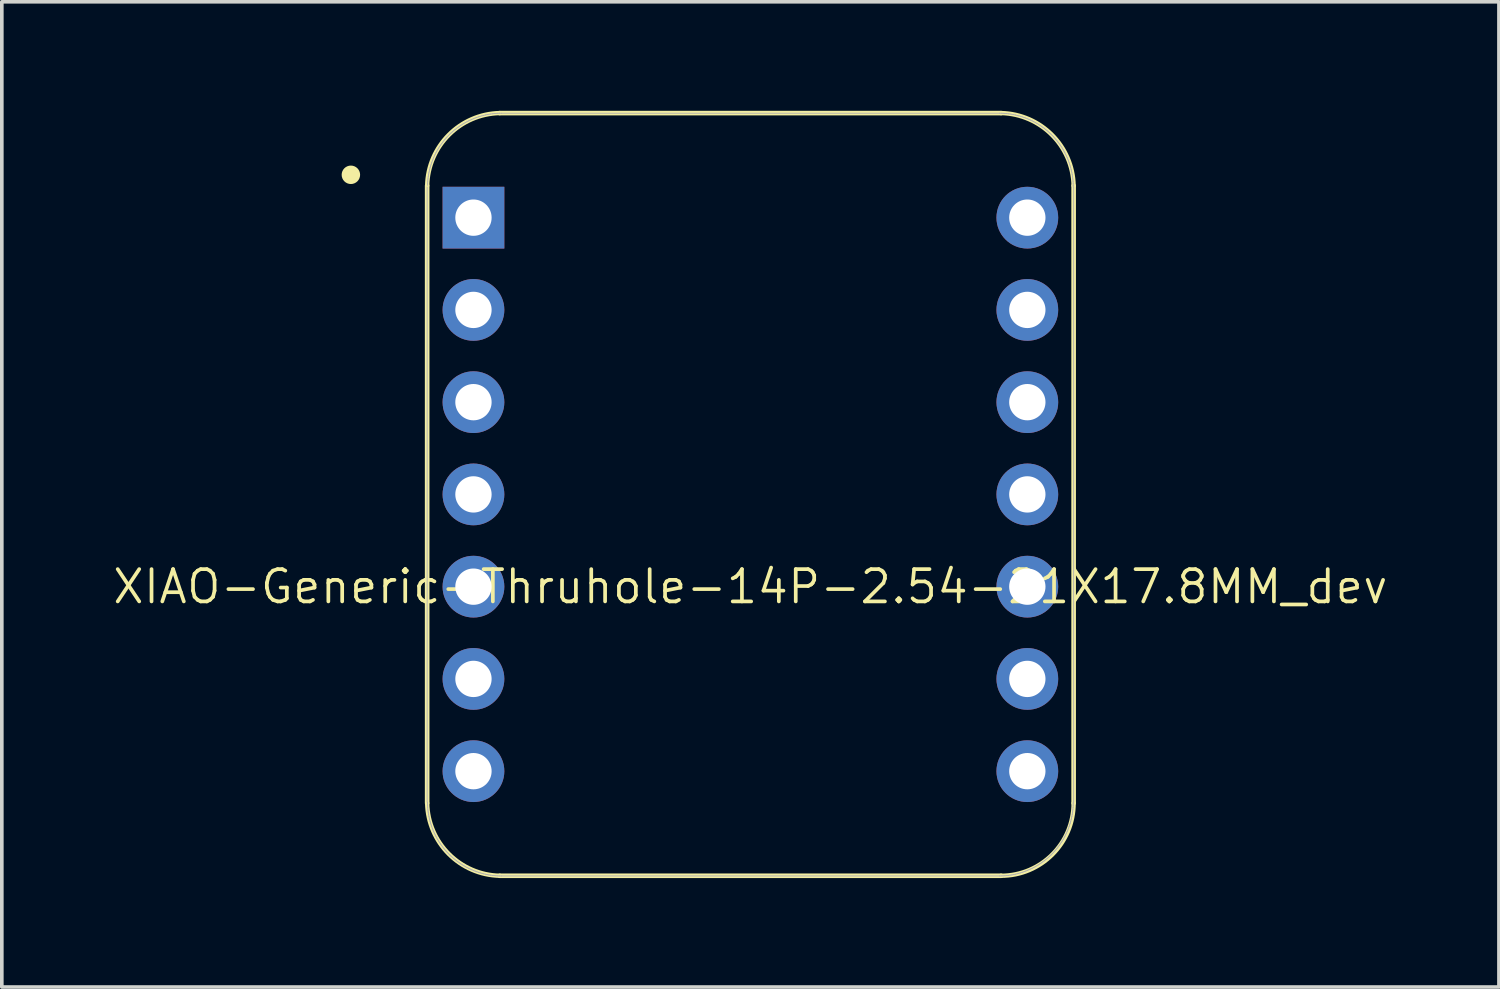
<source format=kicad_pcb>
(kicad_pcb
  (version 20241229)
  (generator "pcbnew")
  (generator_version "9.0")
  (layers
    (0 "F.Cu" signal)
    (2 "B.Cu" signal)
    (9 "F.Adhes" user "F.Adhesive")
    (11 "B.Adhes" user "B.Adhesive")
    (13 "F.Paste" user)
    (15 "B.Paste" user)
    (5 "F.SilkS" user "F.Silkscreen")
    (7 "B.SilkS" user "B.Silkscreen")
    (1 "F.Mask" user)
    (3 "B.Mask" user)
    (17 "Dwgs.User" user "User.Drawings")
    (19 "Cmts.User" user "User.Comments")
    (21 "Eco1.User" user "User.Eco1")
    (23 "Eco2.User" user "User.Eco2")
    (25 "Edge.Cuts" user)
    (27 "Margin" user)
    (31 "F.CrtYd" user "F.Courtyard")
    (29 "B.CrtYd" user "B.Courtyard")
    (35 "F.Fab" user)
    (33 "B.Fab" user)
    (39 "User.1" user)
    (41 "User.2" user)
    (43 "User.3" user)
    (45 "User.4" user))
  (footprint "XIAO-Generic-Thruhole-14P-2.54-21X17.8MM_dev"
    (layer "F.Cu")
    (at 17.611 10.563)
    (property "Reference" "XIAO-Generic-Thruhole-14P-2.54-21X17.8MM_dev" (at 0 2.54 0) (layer "F.SilkS") (effects (font (size 0.889 0.889) (thickness 0.102))))
    (attr smd)
    (fp_line (start -8.9 -8.5) (end -8.9 8.5) (stroke (width 0.127) (type solid)) (layer "F.SilkS"))
    (fp_line (start -6.9 10.5) (end 6.9 10.5) (stroke (width 0.127) (type solid)) (layer "F.SilkS"))
    (fp_line (start 6.9 -10.499) (end -6.9 -10.499) (stroke (width 0.127) (type solid)) (layer "F.SilkS"))
    (fp_line (start 8.9 8.5) (end 8.9 -8.5) (stroke (width 0.127) (type solid)) (layer "F.SilkS"))
    (fp_arc (start -8.9 -8.5) (mid -8.301491 -9.901491) (end -6.9 -10.5) (stroke (width 0.12) (type solid)) (layer "F.SilkS"))
    (fp_arc (start -6.9 10.5) (mid -8.301423 9.901423) (end -8.9 8.5) (stroke (width 0.12) (type solid)) (layer "F.SilkS"))
    (fp_arc (start 6.9 -10.5) (mid 8.301491 -9.901491) (end 8.9 -8.5) (stroke (width 0.12) (type solid)) (layer "F.SilkS"))
    (fp_arc (start 8.9 8.5) (mid 8.314214 9.914214) (end 6.9 10.5) (stroke (width 0.12) (type solid)) (layer "F.SilkS"))
    (fp_circle (center -11 -8.8) (end -11 -9.054) (stroke (width 0) (type solid)) (fill yes) (layer "F.SilkS"))
    (fp_poly (pts (xy -8.888 -8.562) (xy -8.885 -8.61) (xy -8.881 -8.659)) (stroke (width 0.025) (type solid)) (fill no) (layer "F.SilkS"))
    (fp_poly (pts (xy 8.889 8.522) (xy 8.888 8.571) (xy 8.885 8.62) (xy 8.881 8.669) (xy 8.875 8.717) (xy 8.869 8.766) (xy 8.861 8.815) (xy 8.852 8.863) (xy 8.842 8.911)) (stroke (width 0.025) (type solid)) (fill no) (layer "F.SilkS"))
    (fp_line (start -8.9 -8.463) (end -8.9 8.473) (stroke (width 0.025) (type solid)) (layer "F.Fab"))
    (fp_line (start -8.89 8.473) (end -8.889 8.522) (stroke (width 0.025) (type solid)) (layer "F.Fab"))
    (fp_line (start -8.889 8.522) (end -8.888 8.571) (stroke (width 0.025) (type solid)) (layer "F.Fab"))
    (fp_line (start -8.888 -8.562) (end -8.889 -8.512) (stroke (width 0.025) (type solid)) (layer "F.Fab"))
    (fp_line (start -8.888 8.571) (end -8.885 8.62) (stroke (width 0.025) (type solid)) (layer "F.Fab"))
    (fp_line (start -8.885 -8.61) (end -8.888 -8.562) (stroke (width 0.025) (type solid)) (layer "F.Fab"))
    (fp_line (start -8.885 8.62) (end -8.881 8.669) (stroke (width 0.025) (type solid)) (layer "F.Fab"))
    (fp_line (start -8.881 -8.659) (end -8.885 -8.61) (stroke (width 0.025) (type solid)) (layer "F.Fab"))
    (fp_line (start -8.881 8.669) (end -8.875 8.717) (stroke (width 0.025) (type solid)) (layer "F.Fab"))
    (fp_line (start -8.875 -8.708) (end -8.881 -8.659) (stroke (width 0.025) (type solid)) (layer "F.Fab"))
    (fp_line (start -8.875 8.717) (end -8.869 8.766) (stroke (width 0.025) (type solid)) (layer "F.Fab"))
    (fp_line (start -8.869 -8.757) (end -8.875 -8.708) (stroke (width 0.025) (type solid)) (layer "F.Fab"))
    (fp_line (start -8.869 8.766) (end -8.861 8.815) (stroke (width 0.025) (type solid)) (layer "F.Fab"))
    (fp_line (start -8.861 -8.806) (end -8.869 -8.757) (stroke (width 0.025) (type solid)) (layer "F.Fab"))
    (fp_line (start -8.861 8.815) (end -8.852 8.863) (stroke (width 0.025) (type solid)) (layer "F.Fab"))
    (fp_line (start -8.852 -8.854) (end -8.861 -8.806) (stroke (width 0.025) (type solid)) (layer "F.Fab"))
    (fp_line (start -8.852 8.863) (end -8.842 8.911) (stroke (width 0.025) (type solid)) (layer "F.Fab"))
    (fp_line (start -8.842 -8.902) (end -8.852 -8.854) (stroke (width 0.025) (type solid)) (layer "F.Fab"))
    (fp_line (start -8.842 8.911) (end -8.831 8.959) (stroke (width 0.025) (type solid)) (layer "F.Fab"))
    (fp_line (start -8.831 -8.95) (end -8.842 -8.902) (stroke (width 0.025) (type solid)) (layer "F.Fab"))
    (fp_line (start -8.831 8.959) (end -8.819 9.006) (stroke (width 0.025) (type solid)) (layer "F.Fab"))
    (fp_line (start -8.819 -8.997) (end -8.831 -8.95) (stroke (width 0.025) (type solid)) (layer "F.Fab"))
    (fp_line (start -8.819 9.006) (end -8.805 9.054) (stroke (width 0.025) (type solid)) (layer "F.Fab"))
    (fp_line (start -8.805 -9.045) (end -8.819 -8.997) (stroke (width 0.025) (type solid)) (layer "F.Fab"))
    (fp_line (start -8.805 9.054) (end -8.79 9.1) (stroke (width 0.025) (type solid)) (layer "F.Fab"))
    (fp_line (start -8.79 -9.091) (end -8.805 -9.045) (stroke (width 0.025) (type solid)) (layer "F.Fab"))
    (fp_line (start -8.79 9.1) (end -8.775 9.147) (stroke (width 0.025) (type solid)) (layer "F.Fab"))
    (fp_line (start -8.775 -9.138) (end -8.79 -9.091) (stroke (width 0.025) (type solid)) (layer "F.Fab"))
    (fp_line (start -8.775 9.147) (end -8.758 9.193) (stroke (width 0.025) (type solid)) (layer "F.Fab"))
    (fp_line (start -8.758 -9.184) (end -8.775 -9.138) (stroke (width 0.025) (type solid)) (layer "F.Fab"))
    (fp_line (start -8.758 9.193) (end -8.74 9.239) (stroke (width 0.025) (type solid)) (layer "F.Fab"))
    (fp_line (start -8.74 -9.23) (end -8.758 -9.184) (stroke (width 0.025) (type solid)) (layer "F.Fab"))
    (fp_line (start -8.74 9.239) (end -8.721 9.284) (stroke (width 0.025) (type solid)) (layer "F.Fab"))
    (fp_line (start -8.721 -9.275) (end -8.74 -9.23) (stroke (width 0.025) (type solid)) (layer "F.Fab"))
    (fp_line (start -8.721 9.284) (end -8.701 9.329) (stroke (width 0.025) (type solid)) (layer "F.Fab"))
    (fp_line (start -8.701 -9.32) (end -8.721 -9.275) (stroke (width 0.025) (type solid)) (layer "F.Fab"))
    (fp_line (start -8.701 9.329) (end -8.679 9.373) (stroke (width 0.025) (type solid)) (layer "F.Fab"))
    (fp_line (start -8.679 -9.364) (end -8.701 -9.32) (stroke (width 0.025) (type solid)) (layer "F.Fab"))
    (fp_line (start -8.679 9.373) (end -8.657 9.417) (stroke (width 0.025) (type solid)) (layer "F.Fab"))
    (fp_line (start -8.657 -9.408) (end -8.679 -9.364) (stroke (width 0.025) (type solid)) (layer "F.Fab"))
    (fp_line (start -8.657 9.417) (end -8.634 9.46) (stroke (width 0.025) (type solid)) (layer "F.Fab"))
    (fp_line (start -8.634 -9.451) (end -8.657 -9.408) (stroke (width 0.025) (type solid)) (layer "F.Fab"))
    (fp_line (start -8.634 9.46) (end -8.61 9.503) (stroke (width 0.025) (type solid)) (layer "F.Fab"))
    (fp_line (start -8.61 -9.494) (end -8.634 -9.451) (stroke (width 0.025) (type solid)) (layer "F.Fab"))
    (fp_line (start -8.61 9.503) (end -8.584 9.545) (stroke (width 0.025) (type solid)) (layer "F.Fab"))
    (fp_line (start -8.584 -9.536) (end -8.61 -9.494) (stroke (width 0.025) (type solid)) (layer "F.Fab"))
    (fp_line (start -8.584 9.545) (end -8.558 9.586) (stroke (width 0.025) (type solid)) (layer "F.Fab"))
    (fp_line (start -8.558 -9.577) (end -8.584 -9.536) (stroke (width 0.025) (type solid)) (layer "F.Fab"))
    (fp_line (start -8.558 9.586) (end -8.53 9.627) (stroke (width 0.025) (type solid)) (layer "F.Fab"))
    (fp_line (start -8.53 -9.618) (end -8.558 -9.577) (stroke (width 0.025) (type solid)) (layer "F.Fab"))
    (fp_line (start -8.53 9.627) (end -8.502 9.667) (stroke (width 0.025) (type solid)) (layer "F.Fab"))
    (fp_line (start -8.502 -9.658) (end -8.53 -9.618) (stroke (width 0.025) (type solid)) (layer "F.Fab"))
    (fp_line (start -8.502 9.667) (end -8.473 9.706) (stroke (width 0.025) (type solid)) (layer "F.Fab"))
    (fp_line (start -8.473 -9.697) (end -8.502 -9.658) (stroke (width 0.025) (type solid)) (layer "F.Fab"))
    (fp_line (start -8.473 9.706) (end -8.442 9.745) (stroke (width 0.025) (type solid)) (layer "F.Fab"))
    (fp_line (start -8.442 -9.736) (end -8.473 -9.697) (stroke (width 0.025) (type solid)) (layer "F.Fab"))
    (fp_line (start -8.442 9.745) (end -8.411 9.783) (stroke (width 0.025) (type solid)) (layer "F.Fab"))
    (fp_line (start -8.411 -9.774) (end -8.442 -9.736) (stroke (width 0.025) (type solid)) (layer "F.Fab"))
    (fp_line (start -8.411 9.783) (end -8.379 9.82) (stroke (width 0.025) (type solid)) (layer "F.Fab"))
    (fp_line (start -8.379 -9.811) (end -8.411 -9.774) (stroke (width 0.025) (type solid)) (layer "F.Fab"))
    (fp_line (start -8.379 9.82) (end -8.346 9.856) (stroke (width 0.025) (type solid)) (layer "F.Fab"))
    (fp_line (start -8.346 -9.847) (end -8.379 -9.811) (stroke (width 0.025) (type solid)) (layer "F.Fab"))
    (fp_line (start -8.346 9.856) (end -8.312 9.892) (stroke (width 0.025) (type solid)) (layer "F.Fab"))
    (fp_line (start -8.312 -9.883) (end -8.346 -9.847) (stroke (width 0.025) (type solid)) (layer "F.Fab"))
    (fp_line (start -8.312 9.892) (end -8.277 9.927) (stroke (width 0.025) (type solid)) (layer "F.Fab"))
    (fp_line (start -8.277 -9.918) (end -8.312 -9.883) (stroke (width 0.025) (type solid)) (layer "F.Fab"))
    (fp_line (start -8.277 9.927) (end -8.242 9.96) (stroke (width 0.025) (type solid)) (layer "F.Fab"))
    (fp_line (start -8.242 -9.951) (end -8.277 -9.918) (stroke (width 0.025) (type solid)) (layer "F.Fab"))
    (fp_line (start -8.242 9.96) (end -8.205 9.994) (stroke (width 0.025) (type solid)) (layer "F.Fab"))
    (fp_line (start -8.205 -9.984) (end -8.242 -9.951) (stroke (width 0.025) (type solid)) (layer "F.Fab"))
    (fp_line (start -8.205 9.994) (end -8.168 10.026) (stroke (width 0.025) (type solid)) (layer "F.Fab"))
    (fp_line (start -8.168 -10.017) (end -8.205 -9.984) (stroke (width 0.025) (type solid)) (layer "F.Fab"))
    (fp_line (start -8.168 10.026) (end -8.13 10.057) (stroke (width 0.025) (type solid)) (layer "F.Fab"))
    (fp_line (start -8.13 -10.048) (end -8.168 -10.017) (stroke (width 0.025) (type solid)) (layer "F.Fab"))
    (fp_line (start -8.13 10.057) (end -8.092 10.087) (stroke (width 0.025) (type solid)) (layer "F.Fab"))
    (fp_line (start -8.092 -10.078) (end -8.13 -10.048) (stroke (width 0.025) (type solid)) (layer "F.Fab"))
    (fp_line (start -8.092 10.087) (end -8.052 10.116) (stroke (width 0.025) (type solid)) (layer "F.Fab"))
    (fp_line (start -8.052 -10.107) (end -8.092 -10.078) (stroke (width 0.025) (type solid)) (layer "F.Fab"))
    (fp_line (start -8.052 10.116) (end -8.012 10.145) (stroke (width 0.025) (type solid)) (layer "F.Fab"))
    (fp_line (start -8.012 -10.136) (end -8.052 -10.107) (stroke (width 0.025) (type solid)) (layer "F.Fab"))
    (fp_line (start -8.012 10.145) (end -7.972 10.172) (stroke (width 0.025) (type solid)) (layer "F.Fab"))
    (fp_line (start -7.972 -10.163) (end -8.012 -10.136) (stroke (width 0.025) (type solid)) (layer "F.Fab"))
    (fp_line (start -7.972 10.172) (end -7.93 10.199) (stroke (width 0.025) (type solid)) (layer "F.Fab"))
    (fp_line (start -7.93 -10.19) (end -7.972 -10.163) (stroke (width 0.025) (type solid)) (layer "F.Fab"))
    (fp_line (start -7.93 10.199) (end -7.888 10.224) (stroke (width 0.025) (type solid)) (layer "F.Fab"))
    (fp_line (start -7.888 -10.215) (end -7.93 -10.19) (stroke (width 0.025) (type solid)) (layer "F.Fab"))
    (fp_line (start -7.888 10.224) (end -7.846 10.249) (stroke (width 0.025) (type solid)) (layer "F.Fab"))
    (fp_line (start -7.846 -10.239) (end -7.888 -10.215) (stroke (width 0.025) (type solid)) (layer "F.Fab"))
    (fp_line (start -7.846 10.249) (end -7.802 10.272) (stroke (width 0.025) (type solid)) (layer "F.Fab"))
    (fp_line (start -7.802 -10.263) (end -7.846 -10.239) (stroke (width 0.025) (type solid)) (layer "F.Fab"))
    (fp_line (start -7.802 10.272) (end -7.759 10.294) (stroke (width 0.025) (type solid)) (layer "F.Fab"))
    (fp_line (start -7.759 -10.285) (end -7.802 -10.263) (stroke (width 0.025) (type solid)) (layer "F.Fab"))
    (fp_line (start -7.759 10.294) (end -7.714 10.315) (stroke (width 0.025) (type solid)) (layer "F.Fab"))
    (fp_line (start -7.714 -10.306) (end -7.759 -10.285) (stroke (width 0.025) (type solid)) (layer "F.Fab"))
    (fp_line (start -7.714 10.315) (end -7.67 10.335) (stroke (width 0.025) (type solid)) (layer "F.Fab"))
    (fp_line (start -7.67 -10.326) (end -7.714 -10.306) (stroke (width 0.025) (type solid)) (layer "F.Fab"))
    (fp_line (start -7.67 10.335) (end -7.624 10.354) (stroke (width 0.025) (type solid)) (layer "F.Fab"))
    (fp_line (start -7.624 -10.345) (end -7.67 -10.326) (stroke (width 0.025) (type solid)) (layer "F.Fab"))
    (fp_line (start -7.624 10.354) (end -7.579 10.372) (stroke (width 0.025) (type solid)) (layer "F.Fab"))
    (fp_line (start -7.579 -10.363) (end -7.624 -10.345) (stroke (width 0.025) (type solid)) (layer "F.Fab"))
    (fp_line (start -7.579 10.372) (end -7.532 10.389) (stroke (width 0.025) (type solid)) (layer "F.Fab"))
    (fp_line (start -7.532 -10.38) (end -7.579 -10.363) (stroke (width 0.025) (type solid)) (layer "F.Fab"))
    (fp_line (start -7.532 10.389) (end -7.486 10.405) (stroke (width 0.025) (type solid)) (layer "F.Fab"))
    (fp_line (start -7.486 -10.396) (end -7.532 -10.38) (stroke (width 0.025) (type solid)) (layer "F.Fab"))
    (fp_line (start -7.486 10.405) (end -7.439 10.42) (stroke (width 0.025) (type solid)) (layer "F.Fab"))
    (fp_line (start -7.439 -10.411) (end -7.486 -10.396) (stroke (width 0.025) (type solid)) (layer "F.Fab"))
    (fp_line (start -7.439 10.42) (end -7.392 10.433) (stroke (width 0.025) (type solid)) (layer "F.Fab"))
    (fp_line (start -7.392 -10.424) (end -7.439 -10.411) (stroke (width 0.025) (type solid)) (layer "F.Fab"))
    (fp_line (start -7.392 10.433) (end -7.344 10.446) (stroke (width 0.025) (type solid)) (layer "F.Fab"))
    (fp_line (start -7.344 -10.436) (end -7.392 -10.424) (stroke (width 0.025) (type solid)) (layer "F.Fab"))
    (fp_line (start -7.344 10.446) (end -7.296 10.457) (stroke (width 0.025) (type solid)) (layer "F.Fab"))
    (fp_line (start -7.296 -10.448) (end -7.344 -10.436) (stroke (width 0.025) (type solid)) (layer "F.Fab"))
    (fp_line (start -7.296 10.457) (end -7.248 10.467) (stroke (width 0.025) (type solid)) (layer "F.Fab"))
    (fp_line (start -7.248 -10.458) (end -7.296 -10.448) (stroke (width 0.025) (type solid)) (layer "F.Fab"))
    (fp_line (start -7.248 10.467) (end -7.2 10.476) (stroke (width 0.025) (type solid)) (layer "F.Fab"))
    (fp_line (start -7.2 -10.466) (end -7.248 -10.458) (stroke (width 0.025) (type solid)) (layer "F.Fab"))
    (fp_line (start -7.2 10.476) (end -7.152 10.483) (stroke (width 0.025) (type solid)) (layer "F.Fab"))
    (fp_line (start -7.152 -10.474) (end -7.2 -10.466) (stroke (width 0.025) (type solid)) (layer "F.Fab"))
    (fp_line (start -7.152 10.483) (end -7.103 10.49) (stroke (width 0.025) (type solid)) (layer "F.Fab"))
    (fp_line (start -7.103 -10.481) (end -7.152 -10.474) (stroke (width 0.025) (type solid)) (layer "F.Fab"))
    (fp_line (start -7.103 10.49) (end -7.054 10.495) (stroke (width 0.025) (type solid)) (layer "F.Fab"))
    (fp_line (start -7.054 -10.486) (end -7.103 -10.481) (stroke (width 0.025) (type solid)) (layer "F.Fab"))
    (fp_line (start -7.054 10.495) (end -7.005 10.499) (stroke (width 0.025) (type solid)) (layer "F.Fab"))
    (fp_line (start -7.005 -10.49) (end -7.054 -10.486) (stroke (width 0.025) (type solid)) (layer "F.Fab"))
    (fp_line (start -7.005 10.499) (end -6.956 10.502) (stroke (width 0.025) (type solid)) (layer "F.Fab"))
    (fp_line (start -6.956 -10.493) (end -7.005 -10.49) (stroke (width 0.025) (type solid)) (layer "F.Fab"))
    (fp_line (start -6.956 10.502) (end -6.907 10.504) (stroke (width 0.025) (type solid)) (layer "F.Fab"))
    (fp_line (start -6.907 -10.495) (end -6.956 -10.493) (stroke (width 0.025) (type solid)) (layer "F.Fab"))
    (fp_line (start -6.907 10.504) (end -6.858 10.505) (stroke (width 0.025) (type solid)) (layer "F.Fab"))
    (fp_line (start -6.858 -10.495) (end -6.907 -10.495) (stroke (width 0.025) (type solid)) (layer "F.Fab"))
    (fp_line (start -6.858 10.505) (end 6.858 10.505) (stroke (width 0.025) (type solid)) (layer "F.Fab"))
    (fp_line (start 6.858 -10.495) (end -6.858 -10.495) (stroke (width 0.025) (type solid)) (layer "F.Fab"))
    (fp_line (start 6.858 10.505) (end 6.907 10.504) (stroke (width 0.025) (type solid)) (layer "F.Fab"))
    (fp_line (start 6.907 -10.495) (end 6.858 -10.495) (stroke (width 0.025) (type solid)) (layer "F.Fab"))
    (fp_line (start 6.907 10.504) (end 6.956 10.502) (stroke (width 0.025) (type solid)) (layer "F.Fab"))
    (fp_line (start 6.956 -10.493) (end 6.907 -10.495) (stroke (width 0.025) (type solid)) (layer "F.Fab"))
    (fp_line (start 6.956 10.502) (end 7.005 10.499) (stroke (width 0.025) (type solid)) (layer "F.Fab"))
    (fp_line (start 7.005 -10.49) (end 6.956 -10.493) (stroke (width 0.025) (type solid)) (layer "F.Fab"))
    (fp_line (start 7.005 10.499) (end 7.054 10.495) (stroke (width 0.025) (type solid)) (layer "F.Fab"))
    (fp_line (start 7.054 -10.486) (end 7.005 -10.49) (stroke (width 0.025) (type solid)) (layer "F.Fab"))
    (fp_line (start 7.054 10.495) (end 7.103 10.49) (stroke (width 0.025) (type solid)) (layer "F.Fab"))
    (fp_line (start 7.103 -10.481) (end 7.054 -10.486) (stroke (width 0.025) (type solid)) (layer "F.Fab"))
    (fp_line (start 7.103 10.49) (end 7.152 10.483) (stroke (width 0.025) (type solid)) (layer "F.Fab"))
    (fp_line (start 7.152 -10.474) (end 7.103 -10.481) (stroke (width 0.025) (type solid)) (layer "F.Fab"))
    (fp_line (start 7.152 10.483) (end 7.2 10.476) (stroke (width 0.025) (type solid)) (layer "F.Fab"))
    (fp_line (start 7.2 -10.466) (end 7.152 -10.474) (stroke (width 0.025) (type solid)) (layer "F.Fab"))
    (fp_line (start 7.2 10.476) (end 7.248 10.467) (stroke (width 0.025) (type solid)) (layer "F.Fab"))
    (fp_line (start 7.248 -10.458) (end 7.2 -10.466) (stroke (width 0.025) (type solid)) (layer "F.Fab"))
    (fp_line (start 7.248 10.467) (end 7.296 10.457) (stroke (width 0.025) (type solid)) (layer "F.Fab"))
    (fp_line (start 7.296 -10.448) (end 7.248 -10.458) (stroke (width 0.025) (type solid)) (layer "F.Fab"))
    (fp_line (start 7.296 10.457) (end 7.344 10.446) (stroke (width 0.025) (type solid)) (layer "F.Fab"))
    (fp_line (start 7.344 -10.436) (end 7.296 -10.448) (stroke (width 0.025) (type solid)) (layer "F.Fab"))
    (fp_line (start 7.344 10.446) (end 7.392 10.433) (stroke (width 0.025) (type solid)) (layer "F.Fab"))
    (fp_line (start 7.392 -10.424) (end 7.344 -10.436) (stroke (width 0.025) (type solid)) (layer "F.Fab"))
    (fp_line (start 7.392 10.433) (end 7.439 10.42) (stroke (width 0.025) (type solid)) (layer "F.Fab"))
    (fp_line (start 7.439 -10.411) (end 7.392 -10.424) (stroke (width 0.025) (type solid)) (layer "F.Fab"))
    (fp_line (start 7.439 10.42) (end 7.486 10.405) (stroke (width 0.025) (type solid)) (layer "F.Fab"))
    (fp_line (start 7.486 -10.396) (end 7.439 -10.411) (stroke (width 0.025) (type solid)) (layer "F.Fab"))
    (fp_line (start 7.486 10.405) (end 7.532 10.389) (stroke (width 0.025) (type solid)) (layer "F.Fab"))
    (fp_line (start 7.532 -10.38) (end 7.486 -10.396) (stroke (width 0.025) (type solid)) (layer "F.Fab"))
    (fp_line (start 7.532 10.389) (end 7.579 10.372) (stroke (width 0.025) (type solid)) (layer "F.Fab"))
    (fp_line (start 7.579 -10.363) (end 7.532 -10.38) (stroke (width 0.025) (type solid)) (layer "F.Fab"))
    (fp_line (start 7.579 10.372) (end 7.624 10.354) (stroke (width 0.025) (type solid)) (layer "F.Fab"))
    (fp_line (start 7.624 -10.345) (end 7.579 -10.363) (stroke (width 0.025) (type solid)) (layer "F.Fab"))
    (fp_line (start 7.624 10.354) (end 7.67 10.335) (stroke (width 0.025) (type solid)) (layer "F.Fab"))
    (fp_line (start 7.67 -10.326) (end 7.624 -10.345) (stroke (width 0.025) (type solid)) (layer "F.Fab"))
    (fp_line (start 7.67 10.335) (end 7.714 10.315) (stroke (width 0.025) (type solid)) (layer "F.Fab"))
    (fp_line (start 7.714 -10.306) (end 7.67 -10.326) (stroke (width 0.025) (type solid)) (layer "F.Fab"))
    (fp_line (start 7.714 10.315) (end 7.759 10.294) (stroke (width 0.025) (type solid)) (layer "F.Fab"))
    (fp_line (start 7.759 -10.285) (end 7.714 -10.306) (stroke (width 0.025) (type solid)) (layer "F.Fab"))
    (fp_line (start 7.759 10.294) (end 7.802 10.272) (stroke (width 0.025) (type solid)) (layer "F.Fab"))
    (fp_line (start 7.802 -10.263) (end 7.759 -10.285) (stroke (width 0.025) (type solid)) (layer "F.Fab"))
    (fp_line (start 7.802 10.272) (end 7.846 10.249) (stroke (width 0.025) (type solid)) (layer "F.Fab"))
    (fp_line (start 7.846 -10.239) (end 7.802 -10.263) (stroke (width 0.025) (type solid)) (layer "F.Fab"))
    (fp_line (start 7.846 10.249) (end 7.888 10.224) (stroke (width 0.025) (type solid)) (layer "F.Fab"))
    (fp_line (start 7.888 -10.215) (end 7.846 -10.239) (stroke (width 0.025) (type solid)) (layer "F.Fab"))
    (fp_line (start 7.888 10.224) (end 7.93 10.199) (stroke (width 0.025) (type solid)) (layer "F.Fab"))
    (fp_line (start 7.93 -10.19) (end 7.888 -10.215) (stroke (width 0.025) (type solid)) (layer "F.Fab"))
    (fp_line (start 7.93 10.199) (end 7.972 10.172) (stroke (width 0.025) (type solid)) (layer "F.Fab"))
    (fp_line (start 7.972 -10.163) (end 7.93 -10.19) (stroke (width 0.025) (type solid)) (layer "F.Fab"))
    (fp_line (start 7.972 10.172) (end 8.012 10.145) (stroke (width 0.025) (type solid)) (layer "F.Fab"))
    (fp_line (start 8.012 -10.136) (end 7.972 -10.163) (stroke (width 0.025) (type solid)) (layer "F.Fab"))
    (fp_line (start 8.012 10.145) (end 8.052 10.116) (stroke (width 0.025) (type solid)) (layer "F.Fab"))
    (fp_line (start 8.052 -10.107) (end 8.012 -10.136) (stroke (width 0.025) (type solid)) (layer "F.Fab"))
    (fp_line (start 8.052 10.116) (end 8.092 10.087) (stroke (width 0.025) (type solid)) (layer "F.Fab"))
    (fp_line (start 8.092 -10.078) (end 8.052 -10.107) (stroke (width 0.025) (type solid)) (layer "F.Fab"))
    (fp_line (start 8.092 10.087) (end 8.13 10.057) (stroke (width 0.025) (type solid)) (layer "F.Fab"))
    (fp_line (start 8.13 -10.048) (end 8.092 -10.078) (stroke (width 0.025) (type solid)) (layer "F.Fab"))
    (fp_line (start 8.13 10.057) (end 8.168 10.026) (stroke (width 0.025) (type solid)) (layer "F.Fab"))
    (fp_line (start 8.168 -10.017) (end 8.13 -10.048) (stroke (width 0.025) (type solid)) (layer "F.Fab"))
    (fp_line (start 8.168 10.026) (end 8.205 9.994) (stroke (width 0.025) (type solid)) (layer "F.Fab"))
    (fp_line (start 8.205 -9.984) (end 8.168 -10.017) (stroke (width 0.025) (type solid)) (layer "F.Fab"))
    (fp_line (start 8.205 9.994) (end 8.242 9.96) (stroke (width 0.025) (type solid)) (layer "F.Fab"))
    (fp_line (start 8.242 -9.951) (end 8.205 -9.984) (stroke (width 0.025) (type solid)) (layer "F.Fab"))
    (fp_line (start 8.242 9.96) (end 8.277 9.927) (stroke (width 0.025) (type solid)) (layer "F.Fab"))
    (fp_line (start 8.277 -9.918) (end 8.242 -9.951) (stroke (width 0.025) (type solid)) (layer "F.Fab"))
    (fp_line (start 8.277 9.927) (end 8.312 9.892) (stroke (width 0.025) (type solid)) (layer "F.Fab"))
    (fp_line (start 8.312 -9.883) (end 8.277 -9.918) (stroke (width 0.025) (type solid)) (layer "F.Fab"))
    (fp_line (start 8.312 9.892) (end 8.346 9.856) (stroke (width 0.025) (type solid)) (layer "F.Fab"))
    (fp_line (start 8.346 -9.847) (end 8.312 -9.883) (stroke (width 0.025) (type solid)) (layer "F.Fab"))
    (fp_line (start 8.346 9.856) (end 8.379 9.82) (stroke (width 0.025) (type solid)) (layer "F.Fab"))
    (fp_line (start 8.379 -9.811) (end 8.346 -9.847) (stroke (width 0.025) (type solid)) (layer "F.Fab"))
    (fp_line (start 8.379 9.82) (end 8.411 9.783) (stroke (width 0.025) (type solid)) (layer "F.Fab"))
    (fp_line (start 8.411 -9.774) (end 8.379 -9.811) (stroke (width 0.025) (type solid)) (layer "F.Fab"))
    (fp_line (start 8.411 9.783) (end 8.442 9.745) (stroke (width 0.025) (type solid)) (layer "F.Fab"))
    (fp_line (start 8.442 -9.736) (end 8.411 -9.774) (stroke (width 0.025) (type solid)) (layer "F.Fab"))
    (fp_line (start 8.442 9.745) (end 8.473 9.706) (stroke (width 0.025) (type solid)) (layer "F.Fab"))
    (fp_line (start 8.473 -9.697) (end 8.442 -9.736) (stroke (width 0.025) (type solid)) (layer "F.Fab"))
    (fp_line (start 8.473 9.706) (end 8.502 9.667) (stroke (width 0.025) (type solid)) (layer "F.Fab"))
    (fp_line (start 8.502 -9.658) (end 8.473 -9.697) (stroke (width 0.025) (type solid)) (layer "F.Fab"))
    (fp_line (start 8.502 9.667) (end 8.53 9.627) (stroke (width 0.025) (type solid)) (layer "F.Fab"))
    (fp_line (start 8.53 -9.618) (end 8.502 -9.658) (stroke (width 0.025) (type solid)) (layer "F.Fab"))
    (fp_line (start 8.53 9.627) (end 8.558 9.586) (stroke (width 0.025) (type solid)) (layer "F.Fab"))
    (fp_line (start 8.558 -9.577) (end 8.53 -9.618) (stroke (width 0.025) (type solid)) (layer "F.Fab"))
    (fp_line (start 8.558 9.586) (end 8.584 9.545) (stroke (width 0.025) (type solid)) (layer "F.Fab"))
    (fp_line (start 8.584 -9.536) (end 8.558 -9.577) (stroke (width 0.025) (type solid)) (layer "F.Fab"))
    (fp_line (start 8.584 9.545) (end 8.61 9.503) (stroke (width 0.025) (type solid)) (layer "F.Fab"))
    (fp_line (start 8.61 -9.494) (end 8.584 -9.536) (stroke (width 0.025) (type solid)) (layer "F.Fab"))
    (fp_line (start 8.61 9.503) (end 8.634 9.46) (stroke (width 0.025) (type solid)) (layer "F.Fab"))
    (fp_line (start 8.634 -9.451) (end 8.61 -9.494) (stroke (width 0.025) (type solid)) (layer "F.Fab"))
    (fp_line (start 8.634 9.46) (end 8.657 9.417) (stroke (width 0.025) (type solid)) (layer "F.Fab"))
    (fp_line (start 8.657 -9.408) (end 8.634 -9.451) (stroke (width 0.025) (type solid)) (layer "F.Fab"))
    (fp_line (start 8.657 9.417) (end 8.679 9.373) (stroke (width 0.025) (type solid)) (layer "F.Fab"))
    (fp_line (start 8.679 -9.364) (end 8.657 -9.408) (stroke (width 0.025) (type solid)) (layer "F.Fab"))
    (fp_line (start 8.679 9.373) (end 8.701 9.329) (stroke (width 0.025) (type solid)) (layer "F.Fab"))
    (fp_line (start 8.701 -9.32) (end 8.679 -9.364) (stroke (width 0.025) (type solid)) (layer "F.Fab"))
    (fp_line (start 8.701 9.329) (end 8.721 9.284) (stroke (width 0.025) (type solid)) (layer "F.Fab"))
    (fp_line (start 8.721 -9.275) (end 8.701 -9.32) (stroke (width 0.025) (type solid)) (layer "F.Fab"))
    (fp_line (start 8.721 9.284) (end 8.74 9.239) (stroke (width 0.025) (type solid)) (layer "F.Fab"))
    (fp_line (start 8.74 -9.23) (end 8.721 -9.275) (stroke (width 0.025) (type solid)) (layer "F.Fab"))
    (fp_line (start 8.74 9.239) (end 8.758 9.193) (stroke (width 0.025) (type solid)) (layer "F.Fab"))
    (fp_line (start 8.758 -9.184) (end 8.74 -9.23) (stroke (width 0.025) (type solid)) (layer "F.Fab"))
    (fp_line (start 8.758 9.193) (end 8.775 9.147) (stroke (width 0.025) (type solid)) (layer "F.Fab"))
    (fp_line (start 8.775 -9.138) (end 8.758 -9.184) (stroke (width 0.025) (type solid)) (layer "F.Fab"))
    (fp_line (start 8.775 9.147) (end 8.79 9.1) (stroke (width 0.025) (type solid)) (layer "F.Fab"))
    (fp_line (start 8.79 -9.091) (end 8.775 -9.138) (stroke (width 0.025) (type solid)) (layer "F.Fab"))
    (fp_line (start 8.79 9.1) (end 8.805 9.054) (stroke (width 0.025) (type solid)) (layer "F.Fab"))
    (fp_line (start 8.805 -9.045) (end 8.79 -9.091) (stroke (width 0.025) (type solid)) (layer "F.Fab"))
    (fp_line (start 8.805 9.054) (end 8.819 9.006) (stroke (width 0.025) (type solid)) (layer "F.Fab"))
    (fp_line (start 8.819 -8.997) (end 8.805 -9.045) (stroke (width 0.025) (type solid)) (layer "F.Fab"))
    (fp_line (start 8.819 9.006) (end 8.831 8.959) (stroke (width 0.025) (type solid)) (layer "F.Fab"))
    (fp_line (start 8.831 -8.95) (end 8.819 -8.997) (stroke (width 0.025) (type solid)) (layer "F.Fab"))
    (fp_line (start 8.831 8.959) (end 8.842 8.911) (stroke (width 0.025) (type solid)) (layer "F.Fab"))
    (fp_line (start 8.842 -8.902) (end 8.831 -8.95) (stroke (width 0.025) (type solid)) (layer "F.Fab"))
    (fp_line (start 8.842 8.911) (end 8.852 8.863) (stroke (width 0.025) (type solid)) (layer "F.Fab"))
    (fp_line (start 8.852 -8.854) (end 8.842 -8.902) (stroke (width 0.025) (type solid)) (layer "F.Fab"))
    (fp_line (start 8.852 8.863) (end 8.861 8.815) (stroke (width 0.025) (type solid)) (layer "F.Fab"))
    (fp_line (start 8.861 -8.806) (end 8.852 -8.854) (stroke (width 0.025) (type solid)) (layer "F.Fab"))
    (fp_line (start 8.861 8.815) (end 8.869 8.766) (stroke (width 0.025) (type solid)) (layer "F.Fab"))
    (fp_line (start 8.869 -8.757) (end 8.861 -8.806) (stroke (width 0.025) (type solid)) (layer "F.Fab"))
    (fp_line (start 8.869 8.766) (end 8.875 8.717) (stroke (width 0.025) (type solid)) (layer "F.Fab"))
    (fp_line (start 8.875 -8.708) (end 8.869 -8.757) (stroke (width 0.025) (type solid)) (layer "F.Fab"))
    (fp_line (start 8.875 8.717) (end 8.881 8.669) (stroke (width 0.025) (type solid)) (layer "F.Fab"))
    (fp_line (start 8.881 -8.659) (end 8.875 -8.708) (stroke (width 0.025) (type solid)) (layer "F.Fab"))
    (fp_line (start 8.881 8.669) (end 8.885 8.62) (stroke (width 0.025) (type solid)) (layer "F.Fab"))
    (fp_line (start 8.885 -8.61) (end 8.881 -8.659) (stroke (width 0.025) (type solid)) (layer "F.Fab"))
    (fp_line (start 8.885 8.62) (end 8.888 8.571) (stroke (width 0.025) (type solid)) (layer "F.Fab"))
    (fp_line (start 8.888 -8.562) (end 8.885 -8.61) (stroke (width 0.025) (type solid)) (layer "F.Fab"))
    (fp_line (start 8.888 8.571) (end 8.889 8.522) (stroke (width 0.025) (type solid)) (layer "F.Fab"))
    (fp_line (start 8.889 -8.512) (end 8.888 -8.562) (stroke (width 0.025) (type solid)) (layer "F.Fab"))
    (fp_line (start 8.889 8.522) (end 8.89 8.473) (stroke (width 0.025) (type solid)) (layer "F.Fab"))
    (fp_line (start 8.89 -8.463) (end 8.889 -8.512) (stroke (width 0.025) (type solid)) (layer "F.Fab"))
    (fp_line (start 8.9 8.473) (end 8.9 -8.463) (stroke (width 0.025) (type solid)) (layer "F.Fab"))
    (pad "1" thru_hole rect (at -7.625 -7.62) (size 1.7 1.7) (drill 1) (layers "*.Cu" "*.Mask"))
    (pad "2" thru_hole circle (at -7.625 -5.08) (size 1.7 1.7) (drill 1) (layers "*.Cu" "*.Mask"))
    (pad "3" thru_hole circle (at -7.625 -2.54) (size 1.7 1.7) (drill 1) (layers "*.Cu" "*.Mask"))
    (pad "4" thru_hole circle (at -7.625 0) (size 1.7 1.7) (drill 1) (layers "*.Cu" "*.Mask"))
    (pad "5" thru_hole circle (at -7.625 2.54) (size 1.7 1.7) (drill 1) (layers "*.Cu" "*.Mask"))
    (pad "6" thru_hole circle (at -7.625 5.08 180) (size 1.7 1.7) (drill 1) (layers "*.Cu" "*.Mask"))
    (pad "7" thru_hole circle (at -7.625 7.62) (size 1.7 1.7) (drill 1) (layers "*.Cu" "*.Mask"))
    (pad "8" thru_hole circle (at 7.625 7.62) (size 1.7 1.7) (drill 1) (layers "*.Cu" "*.Mask"))
    (pad "9" thru_hole circle (at 7.625 5.08) (size 1.7 1.7) (drill 1) (layers "*.Cu" "*.Mask"))
    (pad "10" thru_hole circle (at 7.625 2.54) (size 1.7 1.7) (drill 1) (layers "*.Cu" "*.Mask"))
    (pad "11" thru_hole circle (at 7.625 0) (size 1.7 1.7) (drill 1) (layers "*.Cu" "*.Mask"))
    (pad "12" thru_hole circle (at 7.625 -2.54) (size 1.7 1.7) (drill 1) (layers "*.Cu" "*.Mask"))
    (pad "13" thru_hole circle (at 7.625 -5.08) (size 1.7 1.7) (drill 1) (layers "*.Cu" "*.Mask"))
    (pad "14" thru_hole circle (at 7.625 -7.62) (size 1.7 1.7) (drill 1) (layers "*.Cu" "*.Mask")))
  (gr_rect
    (start -3 -3)
    (end 38.221 24.126)
    (stroke (width 0.1) (type default))
    (fill no)
    (layer "Edge.Cuts")))
</source>
